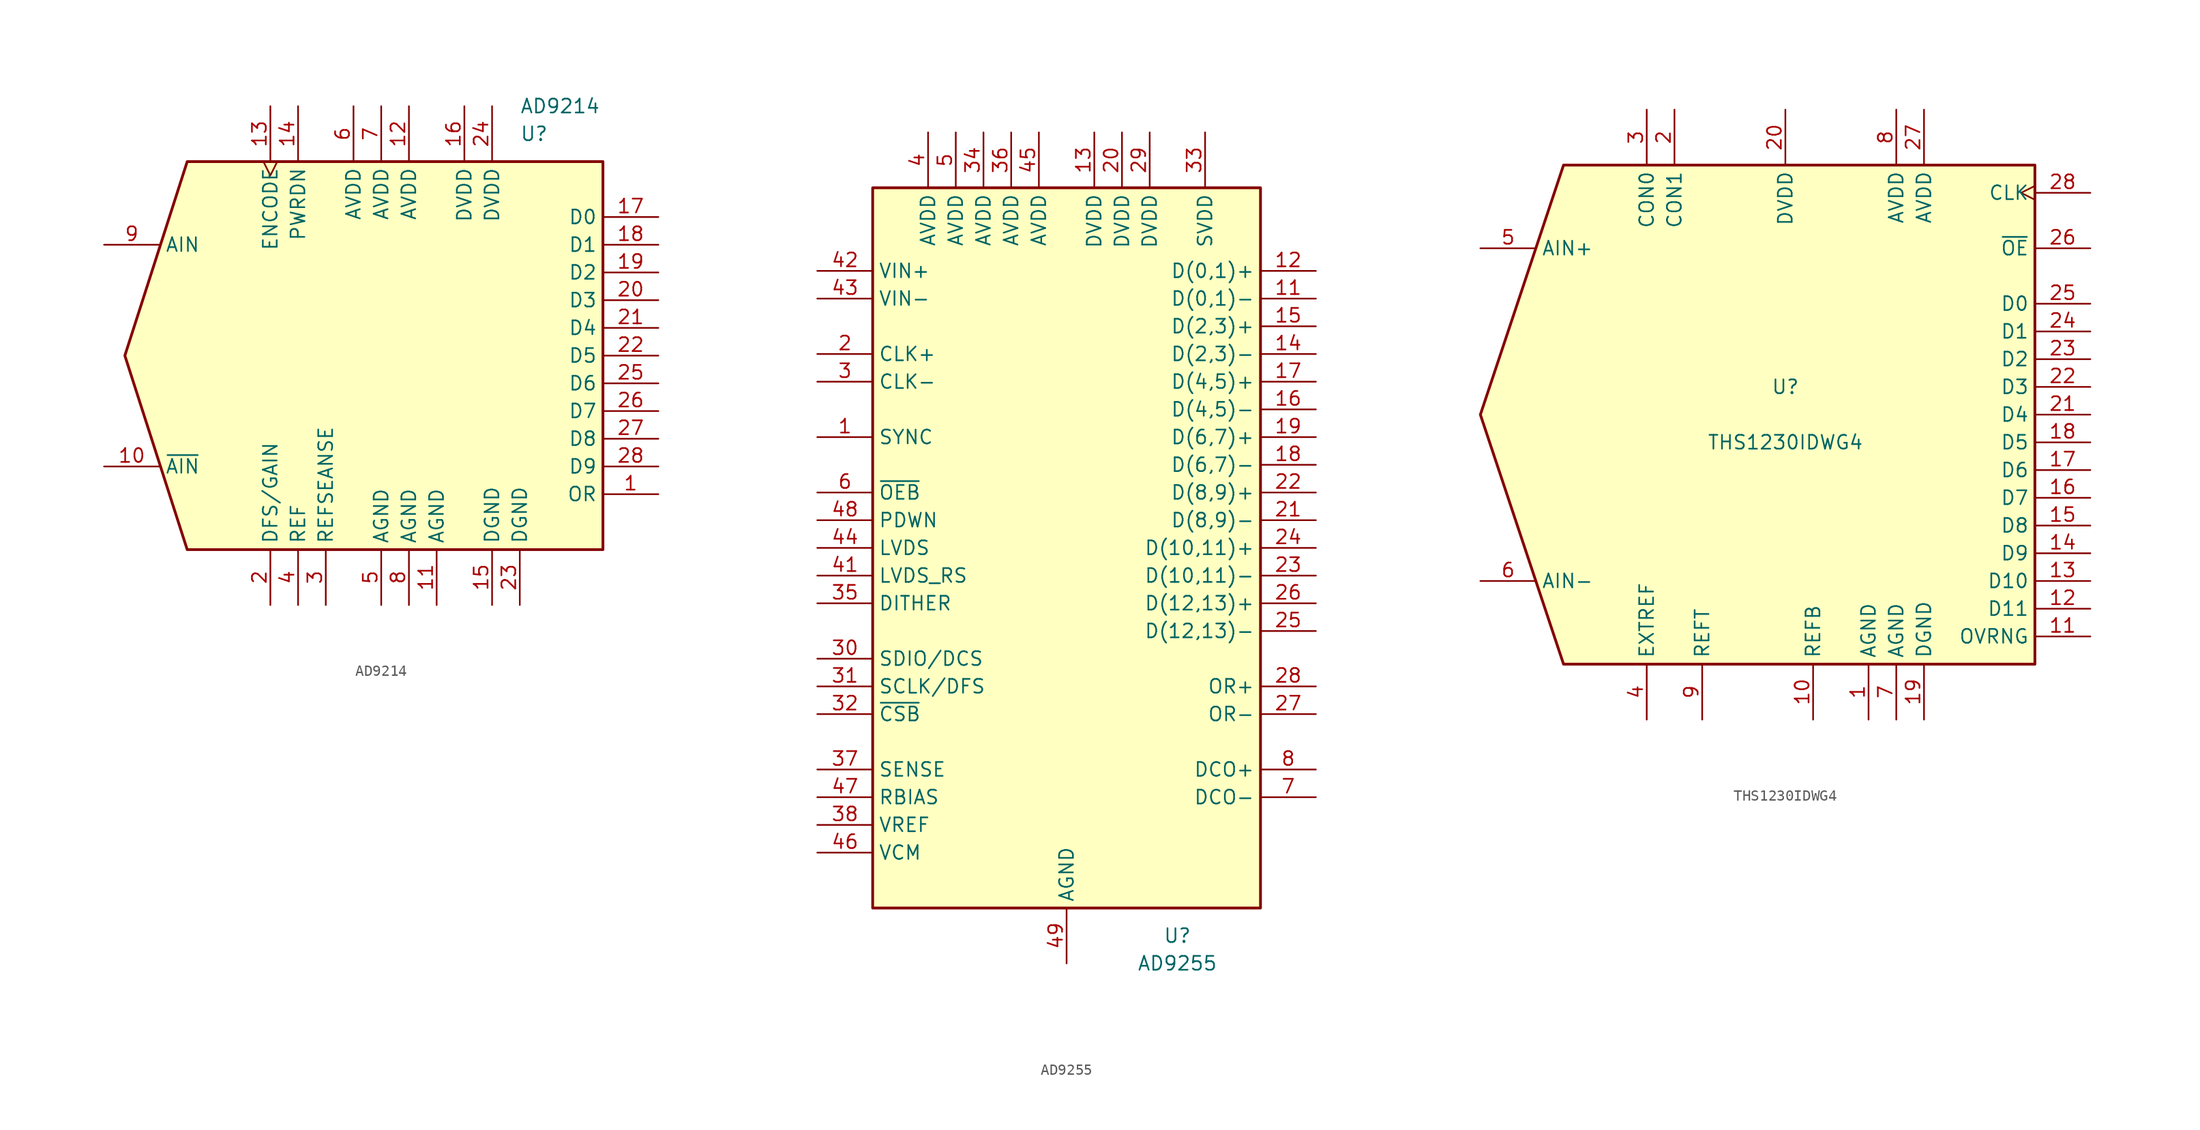
<source format=kicad_sym>
(kicad_symbol_lib
  (version 20201005)
  (generator kicad_symbol_editor)
  (symbol "KLIB_ADC:AD9214"
    (property "Reference" "U"
      (at 12.7 20.32 0)
      (effects (font (size 1.27 1.27)) (justify left)))
    (property "Value" "AD9214"
      (at 12.7 22.86 0)
      (effects (font (size 1.27 1.27)) (justify left)))
    (symbol "AD9214_0_1"
      (polyline (pts (xy -23.495 0) (xy -17.78 17.78) (xy 20.32 17.78) (xy 20.32 -17.78) (xy -17.78 -17.78) (xy -23.495 0)) (stroke (width 0.254)) (fill (type background))))
    (symbol "AD9214_1_1"
      (pin output line (at 25.4 -12.7 180) (length 5.08) (name "OR" (effects (font (size 1.27 1.27)))) (number "1" (effects (font (size 1.27 1.27)))))
      (pin input line (at -25.4 -10.16 0) (length 5.08) (name "~AIN" (effects (font (size 1.27 1.27)))) (number "10" (effects (font (size 1.27 1.27)))))
      (pin power_in line (at 5.08 -22.86 90) (length 5.08) (name "AGND" (effects (font (size 1.27 1.27)))) (number "11" (effects (font (size 1.27 1.27)))))
      (pin power_in line (at 2.54 22.86 270) (length 5.08) (name "AVDD" (effects (font (size 1.27 1.27)))) (number "12" (effects (font (size 1.27 1.27)))))
      (pin input clock (at -10.16 22.86 270) (length 5.08) (name "ENCODE" (effects (font (size 1.27 1.27)))) (number "13" (effects (font (size 1.27 1.27)))))
      (pin input line (at -7.62 22.86 270) (length 5.08) (name "PWRDN" (effects (font (size 1.27 1.27)))) (number "14" (effects (font (size 1.27 1.27)))))
      (pin power_in line (at 10.16 -22.86 90) (length 5.08) (name "DGND" (effects (font (size 1.27 1.27)))) (number "15" (effects (font (size 1.27 1.27)))))
      (pin power_in line (at 7.62 22.86 270) (length 5.08) (name "DVDD" (effects (font (size 1.27 1.27)))) (number "16" (effects (font (size 1.27 1.27)))))
      (pin output line (at 25.4 12.7 180) (length 5.08) (name "D0" (effects (font (size 1.27 1.27)))) (number "17" (effects (font (size 1.27 1.27)))))
      (pin output line (at 25.4 10.16 180) (length 5.08) (name "D1" (effects (font (size 1.27 1.27)))) (number "18" (effects (font (size 1.27 1.27)))))
      (pin output line (at 25.4 7.62 180) (length 5.08) (name "D2" (effects (font (size 1.27 1.27)))) (number "19" (effects (font (size 1.27 1.27)))))
      (pin input line (at -10.16 -22.86 90) (length 5.08) (name "DFS/GAIN" (effects (font (size 1.27 1.27)))) (number "2" (effects (font (size 1.27 1.27)))))
      (pin output line (at 25.4 5.08 180) (length 5.08) (name "D3" (effects (font (size 1.27 1.27)))) (number "20" (effects (font (size 1.27 1.27)))))
      (pin output line (at 25.4 2.54 180) (length 5.08) (name "D4" (effects (font (size 1.27 1.27)))) (number "21" (effects (font (size 1.27 1.27)))))
      (pin output line (at 25.4 0 180) (length 5.08) (name "D5" (effects (font (size 1.27 1.27)))) (number "22" (effects (font (size 1.27 1.27)))))
      (pin power_in line (at 12.7 -22.86 90) (length 5.08) (name "DGND" (effects (font (size 1.27 1.27)))) (number "23" (effects (font (size 1.27 1.27)))))
      (pin power_in line (at 10.16 22.86 270) (length 5.08) (name "DVDD" (effects (font (size 1.27 1.27)))) (number "24" (effects (font (size 1.27 1.27)))))
      (pin output line (at 25.4 -2.54 180) (length 5.08) (name "D6" (effects (font (size 1.27 1.27)))) (number "25" (effects (font (size 1.27 1.27)))))
      (pin output line (at 25.4 -5.08 180) (length 5.08) (name "D7" (effects (font (size 1.27 1.27)))) (number "26" (effects (font (size 1.27 1.27)))))
      (pin output line (at 25.4 -7.62 180) (length 5.08) (name "D8" (effects (font (size 1.27 1.27)))) (number "27" (effects (font (size 1.27 1.27)))))
      (pin output line (at 25.4 -10.16 180) (length 5.08) (name "D9" (effects (font (size 1.27 1.27)))) (number "28" (effects (font (size 1.27 1.27)))))
      (pin input line (at -5.08 -22.86 90) (length 5.08) (name "REFSEANSE" (effects (font (size 1.27 1.27)))) (number "3" (effects (font (size 1.27 1.27)))))
      (pin bidirectional line (at -7.62 -22.86 90) (length 5.08) (name "REF" (effects (font (size 1.27 1.27)))) (number "4" (effects (font (size 1.27 1.27)))))
      (pin power_in line (at 0 -22.86 90) (length 5.08) (name "AGND" (effects (font (size 1.27 1.27)))) (number "5" (effects (font (size 1.27 1.27)))))
      (pin power_in line (at -2.54 22.86 270) (length 5.08) (name "AVDD" (effects (font (size 1.27 1.27)))) (number "6" (effects (font (size 1.27 1.27)))))
      (pin power_in line (at 0 22.86 270) (length 5.08) (name "AVDD" (effects (font (size 1.27 1.27)))) (number "7" (effects (font (size 1.27 1.27)))))
      (pin power_in line (at 2.54 -22.86 90) (length 5.08) (name "AGND" (effects (font (size 1.27 1.27)))) (number "8" (effects (font (size 1.27 1.27)))))
      (pin input line (at -25.4 10.16 0) (length 5.08) (name "AIN" (effects (font (size 1.27 1.27)))) (number "9" (effects (font (size 1.27 1.27)))))))
  (symbol "KLIB_ADC:AD9255"
    (property "Reference" "U"
      (at 10.16 -35.56 0)
      (effects (font (size 1.27 1.27))))
    (property "Value" "AD9255"
      (at 10.16 -38.1 0)
      (effects (font (size 1.27 1.27))))
    (symbol "AD9255_0_1"
      (rectangle (start -17.78 33.02) (end 17.78 -33.02) (stroke (width 0.254)) (fill (type background))))
    (symbol "AD9255_1_1"
      (pin input line (at -22.86 10.16 0) (length 5.08) (name "SYNC" (effects (font (size 1.27 1.27)))) (number "1" (effects (font (size 1.27 1.27)))))
      (pin unconnected line (at 0 -20.32 0) (length 5.08) hide (name "DNC" (effects (font (size 1.27 1.27)))) (number "10" (effects (font (size 1.27 1.27)))))
      (pin output line (at 22.86 22.86 180) (length 5.08) (name "D(0,1)-" (effects (font (size 1.27 1.27)))) (number "11" (effects (font (size 1.27 1.27)))))
      (pin output line (at 22.86 25.4 180) (length 5.08) (name "D(0,1)+" (effects (font (size 1.27 1.27)))) (number "12" (effects (font (size 1.27 1.27)))))
      (pin power_in line (at 2.54 38.1 270) (length 5.08) (name "DVDD" (effects (font (size 1.27 1.27)))) (number "13" (effects (font (size 1.27 1.27)))))
      (pin output line (at 22.86 17.78 180) (length 5.08) (name "D(2,3)-" (effects (font (size 1.27 1.27)))) (number "14" (effects (font (size 1.27 1.27)))))
      (pin output line (at 22.86 20.32 180) (length 5.08) (name "D(2,3)+" (effects (font (size 1.27 1.27)))) (number "15" (effects (font (size 1.27 1.27)))))
      (pin output line (at 22.86 12.7 180) (length 5.08) (name "D(4,5)-" (effects (font (size 1.27 1.27)))) (number "16" (effects (font (size 1.27 1.27)))))
      (pin output line (at 22.86 15.24 180) (length 5.08) (name "D(4,5)+" (effects (font (size 1.27 1.27)))) (number "17" (effects (font (size 1.27 1.27)))))
      (pin output line (at 22.86 7.62 180) (length 5.08) (name "D(6,7)-" (effects (font (size 1.27 1.27)))) (number "18" (effects (font (size 1.27 1.27)))))
      (pin output line (at 22.86 10.16 180) (length 5.08) (name "D(6,7)+" (effects (font (size 1.27 1.27)))) (number "19" (effects (font (size 1.27 1.27)))))
      (pin input line (at -22.86 17.78 0) (length 5.08) (name "CLK+" (effects (font (size 1.27 1.27)))) (number "2" (effects (font (size 1.27 1.27)))))
      (pin power_in line (at 5.08 38.1 270) (length 5.08) (name "DVDD" (effects (font (size 1.27 1.27)))) (number "20" (effects (font (size 1.27 1.27)))))
      (pin output line (at 22.86 2.54 180) (length 5.08) (name "D(8,9)-" (effects (font (size 1.27 1.27)))) (number "21" (effects (font (size 1.27 1.27)))))
      (pin output line (at 22.86 5.08 180) (length 5.08) (name "D(8,9)+" (effects (font (size 1.27 1.27)))) (number "22" (effects (font (size 1.27 1.27)))))
      (pin output line (at 22.86 -2.54 180) (length 5.08) (name "D(10,11)-" (effects (font (size 1.27 1.27)))) (number "23" (effects (font (size 1.27 1.27)))))
      (pin output line (at 22.86 0 180) (length 5.08) (name "D(10,11)+" (effects (font (size 1.27 1.27)))) (number "24" (effects (font (size 1.27 1.27)))))
      (pin output line (at 22.86 -7.62 180) (length 5.08) (name "D(12,13)-" (effects (font (size 1.27 1.27)))) (number "25" (effects (font (size 1.27 1.27)))))
      (pin output line (at 22.86 -5.08 180) (length 5.08) (name "D(12,13)+" (effects (font (size 1.27 1.27)))) (number "26" (effects (font (size 1.27 1.27)))))
      (pin output line (at 22.86 -15.24 180) (length 5.08) (name "OR-" (effects (font (size 1.27 1.27)))) (number "27" (effects (font (size 1.27 1.27)))))
      (pin output line (at 22.86 -12.7 180) (length 5.08) (name "OR+" (effects (font (size 1.27 1.27)))) (number "28" (effects (font (size 1.27 1.27)))))
      (pin power_in line (at 7.62 38.1 270) (length 5.08) (name "DVDD" (effects (font (size 1.27 1.27)))) (number "29" (effects (font (size 1.27 1.27)))))
      (pin input line (at -22.86 15.24 0) (length 5.08) (name "CLK-" (effects (font (size 1.27 1.27)))) (number "3" (effects (font (size 1.27 1.27)))))
      (pin bidirectional line (at -22.86 -10.16 0) (length 5.08) (name "SDIO/DCS" (effects (font (size 1.27 1.27)))) (number "30" (effects (font (size 1.27 1.27)))))
      (pin input line (at -22.86 -12.7 0) (length 5.08) (name "SCLK/DFS" (effects (font (size 1.27 1.27)))) (number "31" (effects (font (size 1.27 1.27)))))
      (pin input line (at -22.86 -15.24 0) (length 5.08) (name "~CSB" (effects (font (size 1.27 1.27)))) (number "32" (effects (font (size 1.27 1.27)))))
      (pin power_in line (at 12.7 38.1 270) (length 5.08) (name "SVDD" (effects (font (size 1.27 1.27)))) (number "33" (effects (font (size 1.27 1.27)))))
      (pin power_in line (at -7.62 38.1 270) (length 5.08) (name "AVDD" (effects (font (size 1.27 1.27)))) (number "34" (effects (font (size 1.27 1.27)))))
      (pin input line (at -22.86 -5.08 0) (length 5.08) (name "DITHER" (effects (font (size 1.27 1.27)))) (number "35" (effects (font (size 1.27 1.27)))))
      (pin power_in line (at -5.08 38.1 270) (length 5.08) (name "AVDD" (effects (font (size 1.27 1.27)))) (number "36" (effects (font (size 1.27 1.27)))))
      (pin input line (at -22.86 -20.32 0) (length 5.08) (name "SENSE" (effects (font (size 1.27 1.27)))) (number "37" (effects (font (size 1.27 1.27)))))
      (pin bidirectional line (at -22.86 -25.4 0) (length 5.08) (name "VREF" (effects (font (size 1.27 1.27)))) (number "38" (effects (font (size 1.27 1.27)))))
      (pin unconnected line (at 0 -22.86 0) (length 5.08) hide (name "DNC" (effects (font (size 1.27 1.27)))) (number "39" (effects (font (size 1.27 1.27)))))
      (pin power_in line (at -12.7 38.1 270) (length 5.08) (name "AVDD" (effects (font (size 1.27 1.27)))) (number "4" (effects (font (size 1.27 1.27)))))
      (pin unconnected line (at 0 -25.4 0) (length 5.08) hide (name "DNC" (effects (font (size 1.27 1.27)))) (number "40" (effects (font (size 1.27 1.27)))))
      (pin input line (at -22.86 -2.54 0) (length 5.08) (name "LVDS_RS" (effects (font (size 1.27 1.27)))) (number "41" (effects (font (size 1.27 1.27)))))
      (pin input line (at -22.86 25.4 0) (length 5.08) (name "VIN+" (effects (font (size 1.27 1.27)))) (number "42" (effects (font (size 1.27 1.27)))))
      (pin input line (at -22.86 22.86 0) (length 5.08) (name "VIN-" (effects (font (size 1.27 1.27)))) (number "43" (effects (font (size 1.27 1.27)))))
      (pin input line (at -22.86 0 0) (length 5.08) (name "LVDS" (effects (font (size 1.27 1.27)))) (number "44" (effects (font (size 1.27 1.27)))))
      (pin power_in line (at -2.54 38.1 270) (length 5.08) (name "AVDD" (effects (font (size 1.27 1.27)))) (number "45" (effects (font (size 1.27 1.27)))))
      (pin power_out line (at -22.86 -27.94 0) (length 5.08) (name "VCM" (effects (font (size 1.27 1.27)))) (number "46" (effects (font (size 1.27 1.27)))))
      (pin bidirectional line (at -22.86 -22.86 0) (length 5.08) (name "RBIAS" (effects (font (size 1.27 1.27)))) (number "47" (effects (font (size 1.27 1.27)))))
      (pin input line (at -22.86 2.54 0) (length 5.08) (name "PDWN" (effects (font (size 1.27 1.27)))) (number "48" (effects (font (size 1.27 1.27)))))
      (pin power_in line (at 0 -38.1 90) (length 5.08) (name "AGND" (effects (font (size 1.27 1.27)))) (number "49" (effects (font (size 1.27 1.27)))))
      (pin power_in line (at -10.16 38.1 270) (length 5.08) (name "AVDD" (effects (font (size 1.27 1.27)))) (number "5" (effects (font (size 1.27 1.27)))))
      (pin input line (at -22.86 5.08 0) (length 5.08) (name "~OEB" (effects (font (size 1.27 1.27)))) (number "6" (effects (font (size 1.27 1.27)))))
      (pin output line (at 22.86 -22.86 180) (length 5.08) (name "DCO-" (effects (font (size 1.27 1.27)))) (number "7" (effects (font (size 1.27 1.27)))))
      (pin output line (at 22.86 -20.32 180) (length 5.08) (name "DCO+" (effects (font (size 1.27 1.27)))) (number "8" (effects (font (size 1.27 1.27)))))
      (pin unconnected line (at 0 -17.78 0) (length 5.08) hide (name "DNC" (effects (font (size 1.27 1.27)))) (number "9" (effects (font (size 1.27 1.27)))))))
  (symbol "KLIB_ADC:THS1230IDWG4"
    (property "Reference" "U"
      (at 0 2.54 0)
      (effects (font (size 1.27 1.27))))
    (property "Value" "THS1230IDWG4"
      (at 0 -2.54 0)
      (effects (font (size 1.27 1.27))))
    (symbol "THS1230IDWG4_0_1"
      (polyline (pts (xy 22.86 22.86) (xy 22.86 -22.86) (xy -20.32 -22.86) (xy -27.94 0) (xy -20.32 22.86) (xy 22.86 22.86)) (stroke (width 0.254)) (fill (type background))))
    (symbol "THS1230IDWG4_1_1"
      (pin power_in line (at 7.62 -27.94 90) (length 5.08) (name "AGND" (effects (font (size 1.27 1.27)))) (number "1" (effects (font (size 1.27 1.27)))))
      (pin input line (at 2.54 -27.94 90) (length 5.08) (name "REFB" (effects (font (size 1.27 1.27)))) (number "10" (effects (font (size 1.27 1.27)))))
      (pin tri_state line (at 27.94 -20.32 180) (length 5.08) (name "OVRNG" (effects (font (size 1.27 1.27)))) (number "11" (effects (font (size 1.27 1.27)))))
      (pin tri_state line (at 27.94 -17.78 180) (length 5.08) (name "D11" (effects (font (size 1.27 1.27)))) (number "12" (effects (font (size 1.27 1.27)))))
      (pin tri_state line (at 27.94 -15.24 180) (length 5.08) (name "D10" (effects (font (size 1.27 1.27)))) (number "13" (effects (font (size 1.27 1.27)))))
      (pin tri_state line (at 27.94 -12.7 180) (length 5.08) (name "D9" (effects (font (size 1.27 1.27)))) (number "14" (effects (font (size 1.27 1.27)))))
      (pin tri_state line (at 27.94 -10.16 180) (length 5.08) (name "D8" (effects (font (size 1.27 1.27)))) (number "15" (effects (font (size 1.27 1.27)))))
      (pin tri_state line (at 27.94 -7.62 180) (length 5.08) (name "D7" (effects (font (size 1.27 1.27)))) (number "16" (effects (font (size 1.27 1.27)))))
      (pin tri_state line (at 27.94 -5.08 180) (length 5.08) (name "D6" (effects (font (size 1.27 1.27)))) (number "17" (effects (font (size 1.27 1.27)))))
      (pin tri_state line (at 27.94 -2.54 180) (length 5.08) (name "D5" (effects (font (size 1.27 1.27)))) (number "18" (effects (font (size 1.27 1.27)))))
      (pin power_in line (at 12.7 -27.94 90) (length 5.08) (name "DGND" (effects (font (size 1.27 1.27)))) (number "19" (effects (font (size 1.27 1.27)))))
      (pin input line (at -10.16 27.94 270) (length 5.08) (name "CON1" (effects (font (size 1.27 1.27)))) (number "2" (effects (font (size 1.27 1.27)))))
      (pin power_in line (at 0 27.94 270) (length 5.08) (name "DVDD" (effects (font (size 1.27 1.27)))) (number "20" (effects (font (size 1.27 1.27)))))
      (pin tri_state line (at 27.94 0 180) (length 5.08) (name "D4" (effects (font (size 1.27 1.27)))) (number "21" (effects (font (size 1.27 1.27)))))
      (pin tri_state line (at 27.94 2.54 180) (length 5.08) (name "D3" (effects (font (size 1.27 1.27)))) (number "22" (effects (font (size 1.27 1.27)))))
      (pin tri_state line (at 27.94 5.08 180) (length 5.08) (name "D2" (effects (font (size 1.27 1.27)))) (number "23" (effects (font (size 1.27 1.27)))))
      (pin tri_state line (at 27.94 7.62 180) (length 5.08) (name "D1" (effects (font (size 1.27 1.27)))) (number "24" (effects (font (size 1.27 1.27)))))
      (pin tri_state line (at 27.94 10.16 180) (length 5.08) (name "D0" (effects (font (size 1.27 1.27)))) (number "25" (effects (font (size 1.27 1.27)))))
      (pin input line (at 27.94 15.24 180) (length 5.08) (name "~OE" (effects (font (size 1.27 1.27)))) (number "26" (effects (font (size 1.27 1.27)))))
      (pin power_in line (at 12.7 27.94 270) (length 5.08) (name "AVDD" (effects (font (size 1.27 1.27)))) (number "27" (effects (font (size 1.27 1.27)))))
      (pin input clock (at 27.94 20.32 180) (length 5.08) (name "CLK" (effects (font (size 1.27 1.27)))) (number "28" (effects (font (size 1.27 1.27)))))
      (pin input line (at -12.7 27.94 270) (length 5.08) (name "CON0" (effects (font (size 1.27 1.27)))) (number "3" (effects (font (size 1.27 1.27)))))
      (pin input line (at -12.7 -27.94 90) (length 5.08) (name "EXTREF" (effects (font (size 1.27 1.27)))) (number "4" (effects (font (size 1.27 1.27)))))
      (pin input line (at -27.94 15.24 0) (length 5.08) (name "AIN+" (effects (font (size 1.27 1.27)))) (number "5" (effects (font (size 1.27 1.27)))))
      (pin input line (at -27.94 -15.24 0) (length 5.08) (name "AIN-" (effects (font (size 1.27 1.27)))) (number "6" (effects (font (size 1.27 1.27)))))
      (pin power_in line (at 10.16 -27.94 90) (length 5.08) (name "AGND" (effects (font (size 1.27 1.27)))) (number "7" (effects (font (size 1.27 1.27)))))
      (pin power_in line (at 10.16 27.94 270) (length 5.08) (name "AVDD" (effects (font (size 1.27 1.27)))) (number "8" (effects (font (size 1.27 1.27)))))
      (pin input line (at -7.62 -27.94 90) (length 5.08) (name "REFT" (effects (font (size 1.27 1.27)))) (number "9" (effects (font (size 1.27 1.27))))))))
</source>
